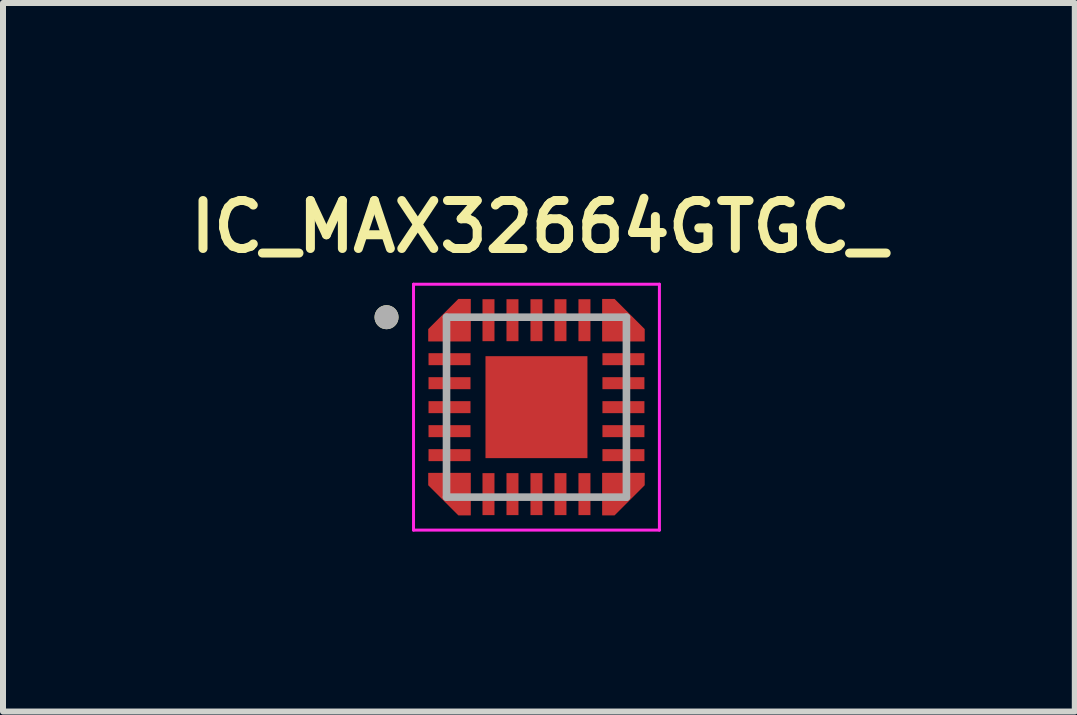
<source format=kicad_pcb>
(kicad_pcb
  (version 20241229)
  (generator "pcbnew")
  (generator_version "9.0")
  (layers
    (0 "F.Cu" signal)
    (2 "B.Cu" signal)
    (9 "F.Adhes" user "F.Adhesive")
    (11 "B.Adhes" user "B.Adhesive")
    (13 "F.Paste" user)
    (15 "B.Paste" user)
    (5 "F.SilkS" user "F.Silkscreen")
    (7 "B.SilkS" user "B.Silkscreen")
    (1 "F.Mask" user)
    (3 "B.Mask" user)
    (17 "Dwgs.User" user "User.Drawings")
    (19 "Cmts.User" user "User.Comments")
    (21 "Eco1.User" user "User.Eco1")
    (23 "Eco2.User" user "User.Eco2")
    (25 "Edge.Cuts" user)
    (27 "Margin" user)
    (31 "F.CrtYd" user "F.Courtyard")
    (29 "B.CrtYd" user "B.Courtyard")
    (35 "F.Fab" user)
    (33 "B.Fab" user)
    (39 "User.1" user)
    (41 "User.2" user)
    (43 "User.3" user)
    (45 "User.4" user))
  (footprint "IC_MAX32664GTGC_"
    (layer "F.Cu")
    (at 5.895 3.739)
    (property "Reference" "IC_MAX32664GTGC_" (at 0.04 -3.008 0) (layer "F.SilkS") (effects (font (size 0.8 0.8) (thickness 0.15))))
    (attr smd)
    (fp_poly (pts (xy -1.9 1) (xy -1 1) (xy -1 1.9) (xy -1.341 1.9) (xy -1.9 1.341)) (stroke (width 0.01) (type solid)) (fill yes) (layer "F.Mask"))
    (fp_poly (pts (xy -1 -1.9) (xy -1 -1) (xy -1.9 -1) (xy -1.9 -1.341) (xy -1.341 -1.9)) (stroke (width 0.01) (type solid)) (fill yes) (layer "F.Mask"))
    (fp_poly (pts (xy 1 -1.9) (xy 1 -1) (xy 1.9 -1) (xy 1.9 -1.341) (xy 1.341 -1.9)) (stroke (width 0.01) (type solid)) (fill yes) (layer "F.Mask"))
    (fp_poly (pts (xy 1.9 1) (xy 1 1) (xy 1 1.9) (xy 1.341 1.9) (xy 1.9 1.341)) (stroke (width 0.01) (type solid)) (fill yes) (layer "F.Mask"))
    (fp_circle (center -2.5 -1.5) (end -2.4 -1.5) (stroke (width 0.2) (type solid)) (fill no) (layer "F.SilkS"))
    (fp_poly (pts (xy -0.537 -0.537) (xy 0.537 -0.537) (xy 0.537 0.537) (xy -0.537 0.537)) (stroke (width 0.01) (type solid)) (fill yes) (layer "F.Paste"))
    (fp_poly (pts (xy -1.8 1.1) (xy -1.1 1.1) (xy -1.1 1.8) (xy -1.3 1.8) (xy -1.8 1.3)) (stroke (width 0.01) (type solid)) (fill yes) (layer "F.Paste"))
    (fp_poly (pts (xy -1.1 -1.8) (xy -1.1 -1.1) (xy -1.8 -1.1) (xy -1.8 -1.3) (xy -1.3 -1.8)) (stroke (width 0.01) (type solid)) (fill yes) (layer "F.Paste"))
    (fp_poly (pts (xy 1.1 -1.8) (xy 1.1 -1.1) (xy 1.8 -1.1) (xy 1.8 -1.3) (xy 1.3 -1.8)) (stroke (width 0.01) (type solid)) (fill yes) (layer "F.Paste"))
    (fp_poly (pts (xy 1.8 1.1) (xy 1.1 1.1) (xy 1.1 1.8) (xy 1.3 1.8) (xy 1.8 1.3)) (stroke (width 0.01) (type solid)) (fill yes) (layer "F.Paste"))
    (fp_line (start -2.05 -2.05) (end -2.05 2.05) (stroke (width 0.05) (type solid)) (layer "F.CrtYd"))
    (fp_line (start -2.05 2.05) (end 2.05 2.05) (stroke (width 0.05) (type solid)) (layer "F.CrtYd"))
    (fp_line (start 2.05 -2.05) (end -2.05 -2.05) (stroke (width 0.05) (type solid)) (layer "F.CrtYd"))
    (fp_line (start 2.05 2.05) (end 2.05 -2.05) (stroke (width 0.05) (type solid)) (layer "F.CrtYd"))
    (fp_line (start -1.5 -1.5) (end 1.5 -1.5) (stroke (width 0.127) (type solid)) (layer "F.Fab"))
    (fp_line (start -1.5 1.5) (end -1.5 -1.5) (stroke (width 0.127) (type solid)) (layer "F.Fab"))
    (fp_line (start 1.5 -1.5) (end 1.5 1.5) (stroke (width 0.127) (type solid)) (layer "F.Fab"))
    (fp_line (start 1.5 1.5) (end -1.5 1.5) (stroke (width 0.127) (type solid)) (layer "F.Fab"))
    (fp_circle (center -2.5 -1.5) (end -2.4 -1.5) (stroke (width 0.2) (type solid)) (fill no) (layer "F.Fab"))
    (pad "1" smd custom (at -1.35 -1.35) (size 0.3 0.3) (layers "F.Cu") (options (anchor rect)) (primitives (gr_poly (pts (xy 0.25 -0.45) (xy 0.25 0.25) (xy -0.45 0.25) (xy -0.45 0.05) (xy 0.05 -0.45)) (width 0.01) (fill yes))))
    (pad "2" smd rect (at -1.45 -0.8) (size 0.7 0.2) (layers "F.Cu" "F.Mask" "F.Paste"))
    (pad "3" smd rect (at -1.45 -0.4) (size 0.7 0.2) (layers "F.Cu" "F.Mask" "F.Paste"))
    (pad "4" smd rect (at -1.45 0) (size 0.7 0.2) (layers "F.Cu" "F.Mask" "F.Paste"))
    (pad "5" smd rect (at -1.45 0.4) (size 0.7 0.2) (layers "F.Cu" "F.Mask" "F.Paste"))
    (pad "6" smd rect (at -1.45 0.8) (size 0.7 0.2) (layers "F.Cu" "F.Mask" "F.Paste"))
    (pad "7" smd custom (at -1.35 1.35) (size 0.3 0.3) (layers "F.Cu") (options (anchor rect)) (primitives (gr_poly (pts (xy -0.45 -0.25) (xy 0.25 -0.25) (xy 0.25 0.45) (xy 0.05 0.45) (xy -0.45 -0.05)) (width 0.01) (fill yes))))
    (pad "8" smd rect (at -0.8 1.45) (size 0.2 0.7) (layers "F.Cu" "F.Mask" "F.Paste"))
    (pad "9" smd rect (at -0.4 1.45) (size 0.2 0.7) (layers "F.Cu" "F.Mask" "F.Paste"))
    (pad "10" smd rect (at 0 1.45) (size 0.2 0.7) (layers "F.Cu" "F.Mask" "F.Paste"))
    (pad "11" smd rect (at 0.4 1.45) (size 0.2 0.7) (layers "F.Cu" "F.Mask" "F.Paste"))
    (pad "12" smd rect (at 0.8 1.45) (size 0.2 0.7) (layers "F.Cu" "F.Mask" "F.Paste"))
    (pad "13" smd custom (at 1.35 1.35) (size 0.3 0.3) (layers "F.Cu") (options (anchor rect)) (primitives (gr_poly (pts (xy 0.45 -0.25) (xy -0.25 -0.25) (xy -0.25 0.45) (xy -0.05 0.45) (xy 0.45 -0.05)) (width 0.01) (fill yes))))
    (pad "14" smd rect (at 1.45 0.8) (size 0.7 0.2) (layers "F.Cu" "F.Mask" "F.Paste"))
    (pad "15" smd rect (at 1.45 0.4) (size 0.7 0.2) (layers "F.Cu" "F.Mask" "F.Paste"))
    (pad "16" smd rect (at 1.45 0) (size 0.7 0.2) (layers "F.Cu" "F.Mask" "F.Paste"))
    (pad "17" smd rect (at 1.45 -0.4) (size 0.7 0.2) (layers "F.Cu" "F.Mask" "F.Paste"))
    (pad "18" smd rect (at 1.45 -0.8) (size 0.7 0.2) (layers "F.Cu" "F.Mask" "F.Paste"))
    (pad "19" smd custom (at 1.35 -1.35) (size 0.3 0.3) (layers "F.Cu") (options (anchor rect)) (primitives (gr_poly (pts (xy -0.25 -0.45) (xy -0.25 0.25) (xy 0.45 0.25) (xy 0.45 0.05) (xy -0.05 -0.45)) (width 0.01) (fill yes))))
    (pad "20" smd rect (at 0.8 -1.45) (size 0.2 0.7) (layers "F.Cu" "F.Mask" "F.Paste"))
    (pad "21" smd rect (at 0.4 -1.45) (size 0.2 0.7) (layers "F.Cu" "F.Mask" "F.Paste"))
    (pad "22" smd rect (at 0 -1.45) (size 0.2 0.7) (layers "F.Cu" "F.Mask" "F.Paste"))
    (pad "23" smd rect (at -0.4 -1.45) (size 0.2 0.7) (layers "F.Cu" "F.Mask" "F.Paste"))
    (pad "24" smd rect (at -0.8 -1.45) (size 0.2 0.7) (layers "F.Cu" "F.Mask" "F.Paste"))
    (pad "EP" smd rect (at 0 0) (size 1.7 1.7) (layers "F.Cu" "F.Mask")))
  (gr_rect
    (start -3 -3)
    (end 14.871 8.814)
    (stroke (width 0.1) (type default))
    (fill no)
    (layer "Edge.Cuts")))
</source>
